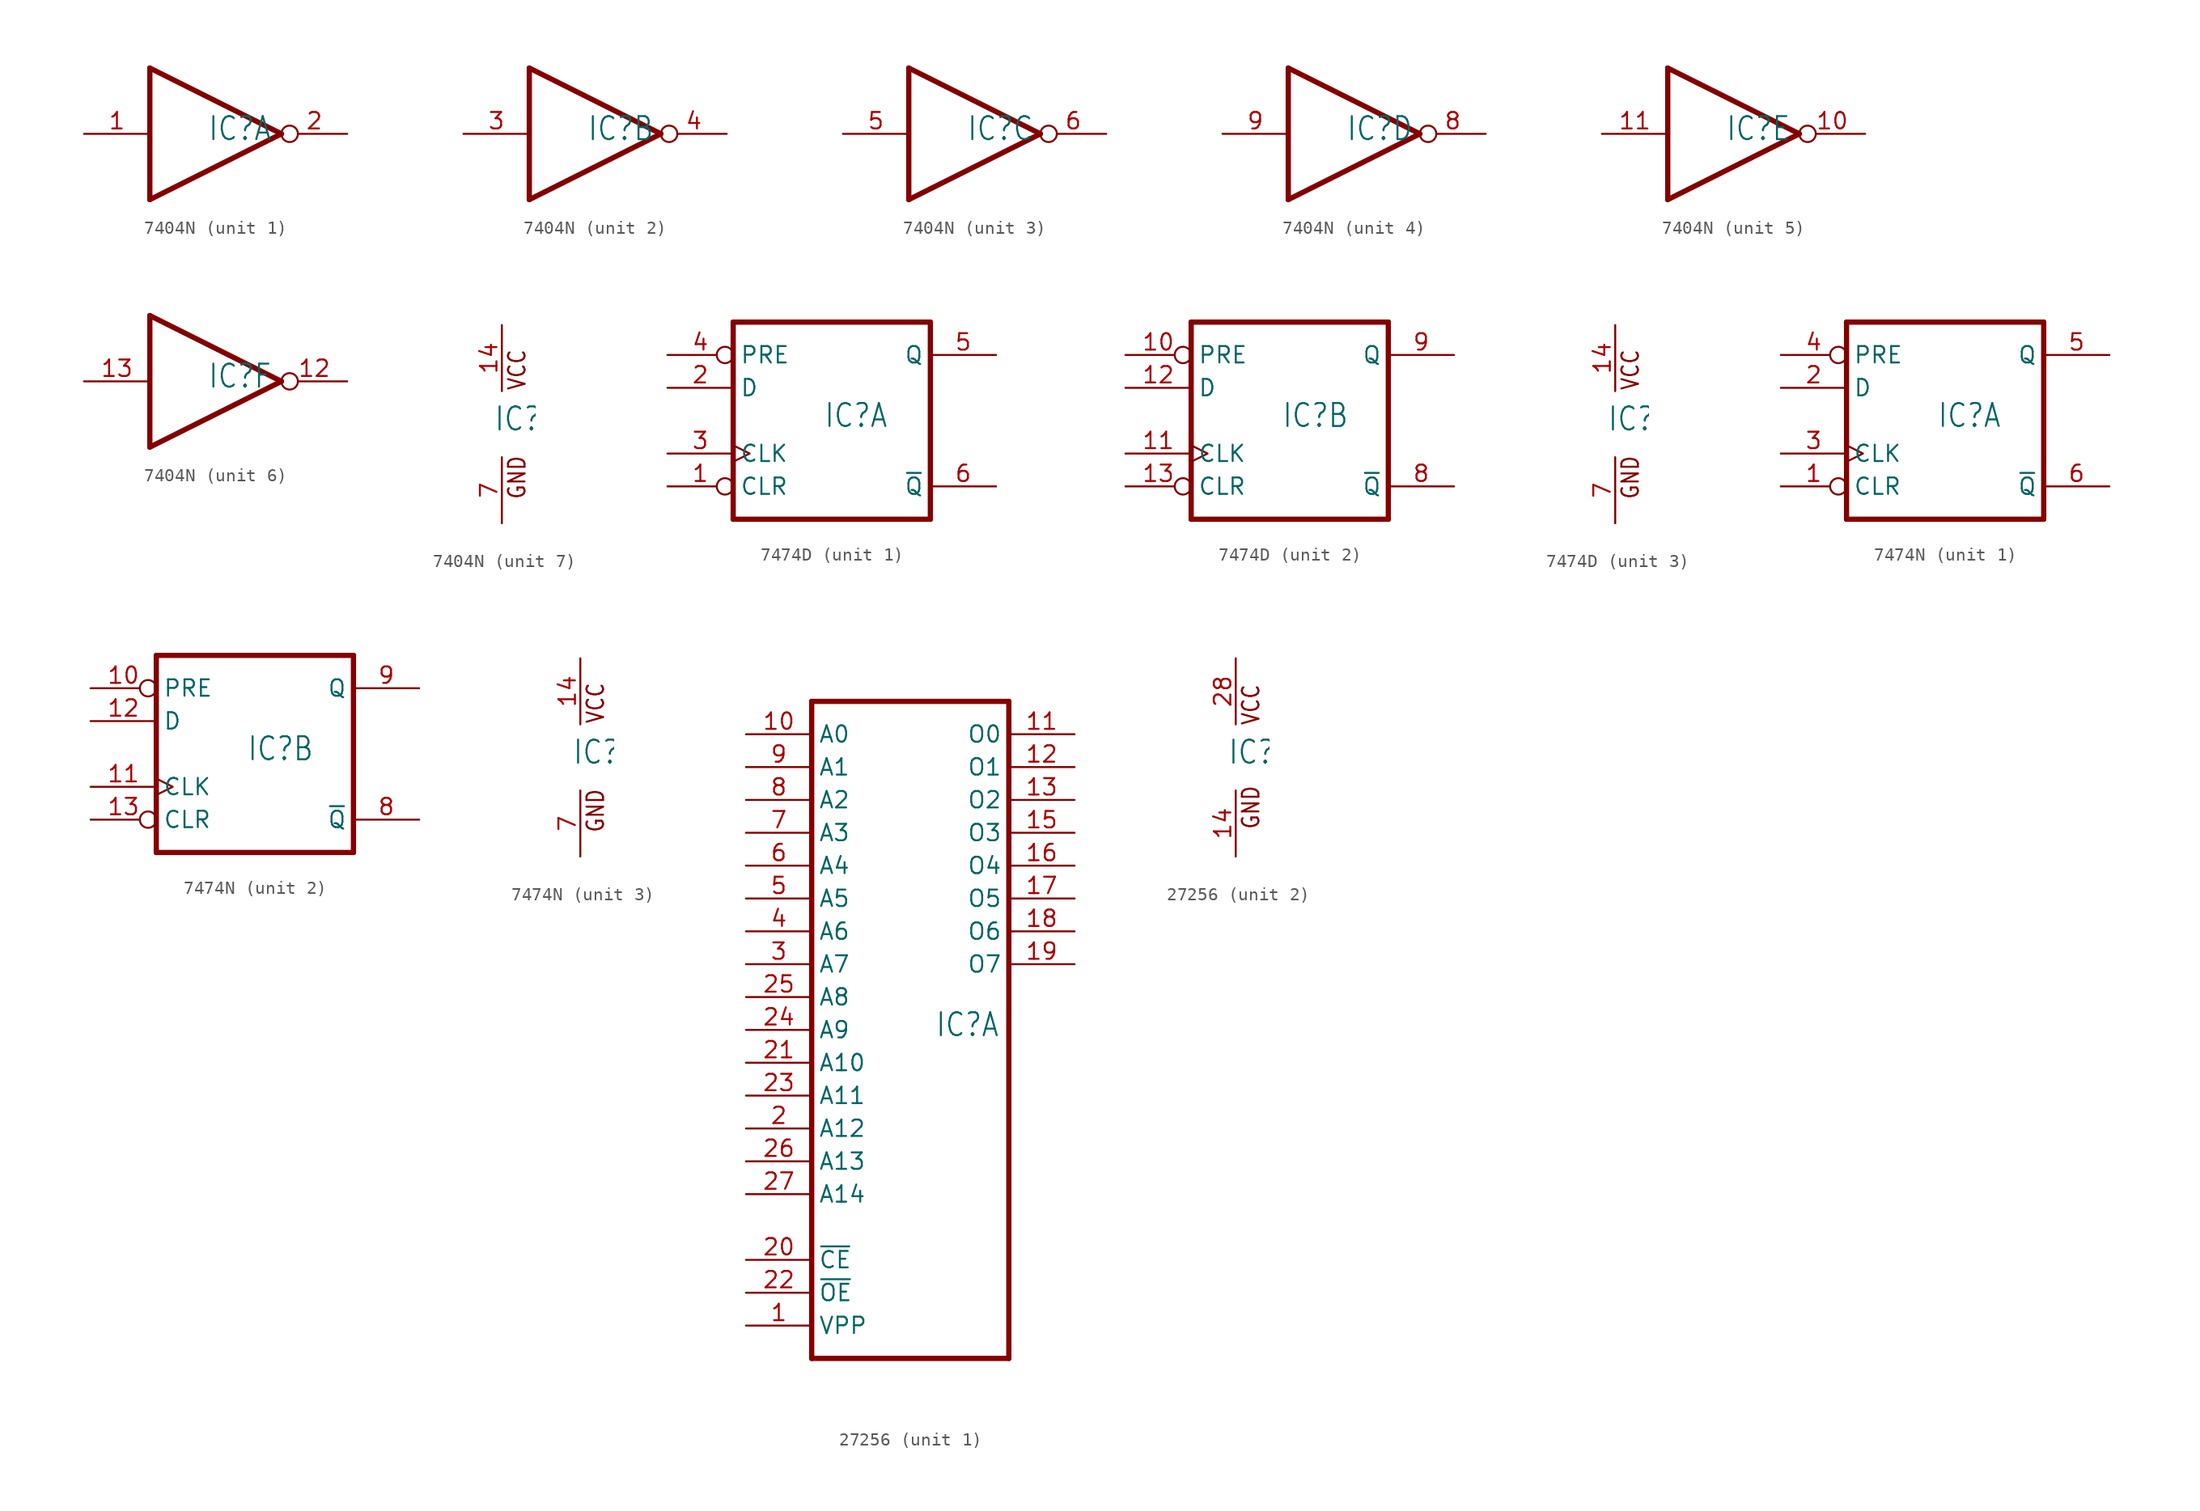
<source format=kicad_sym>
(kicad_symbol_lib
  (version 20220914)
  (generator kicad_symbol_editor)
  (symbol "7404N"
    (property "Reference" "IC"
      (at -0.635 -0.635 0)
      (effects (font (size 1.778 1.511)) (justify left bottom)))
    (property "ki_locked" ""
      (at 0 0 0)
      (effects (font (size 1.27 1.27))))
    (symbol "7404N_1_0"
      (polyline (pts (xy -5.08 -5.08) (xy -5.08 5.08)) (stroke (width 0.406) (type solid)) (fill (type none)))
      (polyline (pts (xy -5.08 5.08) (xy 5.08 0)) (stroke (width 0.406) (type solid)) (fill (type none)))
      (polyline (pts (xy 5.08 0) (xy -5.08 -5.08)) (stroke (width 0.406) (type solid)) (fill (type none)))
      (pin input line (at -10.16 0 0) (length 5.08) (name "I" (effects (font (size 0 0)))) (number "1" (effects (font (size 1.27 1.27)))))
      (pin output inverted (at 10.16 0 180) (length 5.08) (name "O" (effects (font (size 0 0)))) (number "2" (effects (font (size 1.27 1.27))))))
    (symbol "7404N_2_0"
      (polyline (pts (xy -5.08 -5.08) (xy -5.08 5.08)) (stroke (width 0.406) (type solid)) (fill (type none)))
      (polyline (pts (xy -5.08 5.08) (xy 5.08 0)) (stroke (width 0.406) (type solid)) (fill (type none)))
      (polyline (pts (xy 5.08 0) (xy -5.08 -5.08)) (stroke (width 0.406) (type solid)) (fill (type none)))
      (pin input line (at -10.16 0 0) (length 5.08) (name "I" (effects (font (size 0 0)))) (number "3" (effects (font (size 1.27 1.27)))))
      (pin output inverted (at 10.16 0 180) (length 5.08) (name "O" (effects (font (size 0 0)))) (number "4" (effects (font (size 1.27 1.27))))))
    (symbol "7404N_3_0"
      (polyline (pts (xy -5.08 -5.08) (xy -5.08 5.08)) (stroke (width 0.406) (type solid)) (fill (type none)))
      (polyline (pts (xy -5.08 5.08) (xy 5.08 0)) (stroke (width 0.406) (type solid)) (fill (type none)))
      (polyline (pts (xy 5.08 0) (xy -5.08 -5.08)) (stroke (width 0.406) (type solid)) (fill (type none)))
      (pin input line (at -10.16 0 0) (length 5.08) (name "I" (effects (font (size 0 0)))) (number "5" (effects (font (size 1.27 1.27)))))
      (pin output inverted (at 10.16 0 180) (length 5.08) (name "O" (effects (font (size 0 0)))) (number "6" (effects (font (size 1.27 1.27))))))
    (symbol "7404N_4_0"
      (polyline (pts (xy -5.08 -5.08) (xy -5.08 5.08)) (stroke (width 0.406) (type solid)) (fill (type none)))
      (polyline (pts (xy -5.08 5.08) (xy 5.08 0)) (stroke (width 0.406) (type solid)) (fill (type none)))
      (polyline (pts (xy 5.08 0) (xy -5.08 -5.08)) (stroke (width 0.406) (type solid)) (fill (type none)))
      (pin output inverted (at 10.16 0 180) (length 5.08) (name "O" (effects (font (size 0 0)))) (number "8" (effects (font (size 1.27 1.27)))))
      (pin input line (at -10.16 0 0) (length 5.08) (name "I" (effects (font (size 0 0)))) (number "9" (effects (font (size 1.27 1.27))))))
    (symbol "7404N_5_0"
      (polyline (pts (xy -5.08 -5.08) (xy -5.08 5.08)) (stroke (width 0.406) (type solid)) (fill (type none)))
      (polyline (pts (xy -5.08 5.08) (xy 5.08 0)) (stroke (width 0.406) (type solid)) (fill (type none)))
      (polyline (pts (xy 5.08 0) (xy -5.08 -5.08)) (stroke (width 0.406) (type solid)) (fill (type none)))
      (pin output inverted (at 10.16 0 180) (length 5.08) (name "O" (effects (font (size 0 0)))) (number "10" (effects (font (size 1.27 1.27)))))
      (pin input line (at -10.16 0 0) (length 5.08) (name "I" (effects (font (size 0 0)))) (number "11" (effects (font (size 1.27 1.27))))))
    (symbol "7404N_6_0"
      (polyline (pts (xy -5.08 -5.08) (xy -5.08 5.08)) (stroke (width 0.406) (type solid)) (fill (type none)))
      (polyline (pts (xy -5.08 5.08) (xy 5.08 0)) (stroke (width 0.406) (type solid)) (fill (type none)))
      (polyline (pts (xy 5.08 0) (xy -5.08 -5.08)) (stroke (width 0.406) (type solid)) (fill (type none)))
      (pin output inverted (at 10.16 0 180) (length 5.08) (name "O" (effects (font (size 0 0)))) (number "12" (effects (font (size 1.27 1.27)))))
      (pin input line (at -10.16 0 0) (length 5.08) (name "I" (effects (font (size 0 0)))) (number "13" (effects (font (size 1.27 1.27))))))
    (symbol "7404N_7_0"
      (text "GND" (at 1.905 -5.842 900) (effects (font (size 1.27 1.079)) (justify left bottom)))
      (text "VCC" (at 1.905 2.54 900) (effects (font (size 1.27 1.079)) (justify left bottom)))
      (pin power_in line (at 0 7.62 270) (length 5.08) (name "VCC" (effects (font (size 0 0)))) (number "14" (effects (font (size 1.27 1.27)))))
      (pin power_in line (at 0 -7.62 90) (length 5.08) (name "GND" (effects (font (size 0 0)))) (number "7" (effects (font (size 1.27 1.27)))))))
  (symbol "7474D"
    (property "Reference" "IC"
      (at -0.635 -0.635 0)
      (effects (font (size 1.778 1.511)) (justify left bottom)))
    (property "ki_locked" ""
      (at 0 0 0)
      (effects (font (size 1.27 1.27))))
    (symbol "7474D_1_0"
      (polyline (pts (xy -7.62 -7.62) (xy 7.62 -7.62)) (stroke (width 0.406) (type solid)) (fill (type none)))
      (polyline (pts (xy -7.62 7.62) (xy -7.62 -7.62)) (stroke (width 0.406) (type solid)) (fill (type none)))
      (polyline (pts (xy 7.62 -7.62) (xy 7.62 7.62)) (stroke (width 0.406) (type solid)) (fill (type none)))
      (polyline (pts (xy 7.62 7.62) (xy -7.62 7.62)) (stroke (width 0.406) (type solid)) (fill (type none)))
      (pin input inverted (at -12.7 -5.08 0) (length 5.08) (name "CLR" (effects (font (size 1.27 1.27)))) (number "1" (effects (font (size 1.27 1.27)))))
      (pin input line (at -12.7 2.54 0) (length 5.08) (name "D" (effects (font (size 1.27 1.27)))) (number "2" (effects (font (size 1.27 1.27)))))
      (pin input clock (at -12.7 -2.54 0) (length 5.08) (name "CLK" (effects (font (size 1.27 1.27)))) (number "3" (effects (font (size 1.27 1.27)))))
      (pin input inverted (at -12.7 5.08 0) (length 5.08) (name "PRE" (effects (font (size 1.27 1.27)))) (number "4" (effects (font (size 1.27 1.27)))))
      (pin output line (at 12.7 5.08 180) (length 5.08) (name "Q" (effects (font (size 1.27 1.27)))) (number "5" (effects (font (size 1.27 1.27)))))
      (pin output line (at 12.7 -5.08 180) (length 5.08) (name "~{Q}" (effects (font (size 1.27 1.27)))) (number "6" (effects (font (size 1.27 1.27))))))
    (symbol "7474D_2_0"
      (polyline (pts (xy -7.62 -7.62) (xy 7.62 -7.62)) (stroke (width 0.406) (type solid)) (fill (type none)))
      (polyline (pts (xy -7.62 7.62) (xy -7.62 -7.62)) (stroke (width 0.406) (type solid)) (fill (type none)))
      (polyline (pts (xy 7.62 -7.62) (xy 7.62 7.62)) (stroke (width 0.406) (type solid)) (fill (type none)))
      (polyline (pts (xy 7.62 7.62) (xy -7.62 7.62)) (stroke (width 0.406) (type solid)) (fill (type none)))
      (pin input inverted (at -12.7 5.08 0) (length 5.08) (name "PRE" (effects (font (size 1.27 1.27)))) (number "10" (effects (font (size 1.27 1.27)))))
      (pin input clock (at -12.7 -2.54 0) (length 5.08) (name "CLK" (effects (font (size 1.27 1.27)))) (number "11" (effects (font (size 1.27 1.27)))))
      (pin input line (at -12.7 2.54 0) (length 5.08) (name "D" (effects (font (size 1.27 1.27)))) (number "12" (effects (font (size 1.27 1.27)))))
      (pin input inverted (at -12.7 -5.08 0) (length 5.08) (name "CLR" (effects (font (size 1.27 1.27)))) (number "13" (effects (font (size 1.27 1.27)))))
      (pin output line (at 12.7 -5.08 180) (length 5.08) (name "~{Q}" (effects (font (size 1.27 1.27)))) (number "8" (effects (font (size 1.27 1.27)))))
      (pin output line (at 12.7 5.08 180) (length 5.08) (name "Q" (effects (font (size 1.27 1.27)))) (number "9" (effects (font (size 1.27 1.27))))))
    (symbol "7474D_3_0"
      (text "GND" (at 1.905 -5.842 900) (effects (font (size 1.27 1.079)) (justify left bottom)))
      (text "VCC" (at 1.905 2.54 900) (effects (font (size 1.27 1.079)) (justify left bottom)))
      (pin power_in line (at 0 7.62 270) (length 5.08) (name "VCC" (effects (font (size 0 0)))) (number "14" (effects (font (size 1.27 1.27)))))
      (pin power_in line (at 0 -7.62 90) (length 5.08) (name "GND" (effects (font (size 0 0)))) (number "7" (effects (font (size 1.27 1.27)))))))
  (symbol "7474N"
    (property "Reference" "IC"
      (at -0.635 -0.635 0)
      (effects (font (size 1.778 1.511)) (justify left bottom)))
    (property "ki_locked" ""
      (at 0 0 0)
      (effects (font (size 1.27 1.27))))
    (symbol "7474N_1_0"
      (polyline (pts (xy -7.62 -7.62) (xy 7.62 -7.62)) (stroke (width 0.406) (type solid)) (fill (type none)))
      (polyline (pts (xy -7.62 7.62) (xy -7.62 -7.62)) (stroke (width 0.406) (type solid)) (fill (type none)))
      (polyline (pts (xy 7.62 -7.62) (xy 7.62 7.62)) (stroke (width 0.406) (type solid)) (fill (type none)))
      (polyline (pts (xy 7.62 7.62) (xy -7.62 7.62)) (stroke (width 0.406) (type solid)) (fill (type none)))
      (pin input inverted (at -12.7 -5.08 0) (length 5.08) (name "CLR" (effects (font (size 1.27 1.27)))) (number "1" (effects (font (size 1.27 1.27)))))
      (pin input line (at -12.7 2.54 0) (length 5.08) (name "D" (effects (font (size 1.27 1.27)))) (number "2" (effects (font (size 1.27 1.27)))))
      (pin input clock (at -12.7 -2.54 0) (length 5.08) (name "CLK" (effects (font (size 1.27 1.27)))) (number "3" (effects (font (size 1.27 1.27)))))
      (pin input inverted (at -12.7 5.08 0) (length 5.08) (name "PRE" (effects (font (size 1.27 1.27)))) (number "4" (effects (font (size 1.27 1.27)))))
      (pin output line (at 12.7 5.08 180) (length 5.08) (name "Q" (effects (font (size 1.27 1.27)))) (number "5" (effects (font (size 1.27 1.27)))))
      (pin output line (at 12.7 -5.08 180) (length 5.08) (name "~{Q}" (effects (font (size 1.27 1.27)))) (number "6" (effects (font (size 1.27 1.27))))))
    (symbol "7474N_2_0"
      (polyline (pts (xy -7.62 -7.62) (xy 7.62 -7.62)) (stroke (width 0.406) (type solid)) (fill (type none)))
      (polyline (pts (xy -7.62 7.62) (xy -7.62 -7.62)) (stroke (width 0.406) (type solid)) (fill (type none)))
      (polyline (pts (xy 7.62 -7.62) (xy 7.62 7.62)) (stroke (width 0.406) (type solid)) (fill (type none)))
      (polyline (pts (xy 7.62 7.62) (xy -7.62 7.62)) (stroke (width 0.406) (type solid)) (fill (type none)))
      (pin input inverted (at -12.7 5.08 0) (length 5.08) (name "PRE" (effects (font (size 1.27 1.27)))) (number "10" (effects (font (size 1.27 1.27)))))
      (pin input clock (at -12.7 -2.54 0) (length 5.08) (name "CLK" (effects (font (size 1.27 1.27)))) (number "11" (effects (font (size 1.27 1.27)))))
      (pin input line (at -12.7 2.54 0) (length 5.08) (name "D" (effects (font (size 1.27 1.27)))) (number "12" (effects (font (size 1.27 1.27)))))
      (pin input inverted (at -12.7 -5.08 0) (length 5.08) (name "CLR" (effects (font (size 1.27 1.27)))) (number "13" (effects (font (size 1.27 1.27)))))
      (pin output line (at 12.7 -5.08 180) (length 5.08) (name "~{Q}" (effects (font (size 1.27 1.27)))) (number "8" (effects (font (size 1.27 1.27)))))
      (pin output line (at 12.7 5.08 180) (length 5.08) (name "Q" (effects (font (size 1.27 1.27)))) (number "9" (effects (font (size 1.27 1.27))))))
    (symbol "7474N_3_0"
      (text "GND" (at 1.905 -5.842 900) (effects (font (size 1.27 1.079)) (justify left bottom)))
      (text "VCC" (at 1.905 2.54 900) (effects (font (size 1.27 1.079)) (justify left bottom)))
      (pin power_in line (at 0 7.62 270) (length 5.08) (name "VCC" (effects (font (size 0 0)))) (number "14" (effects (font (size 1.27 1.27)))))
      (pin power_in line (at 0 -7.62 90) (length 5.08) (name "GND" (effects (font (size 0 0)))) (number "7" (effects (font (size 1.27 1.27)))))))
  (symbol "27256"
    (property "Reference" "IC"
      (at -0.635 -0.635 0)
      (effects (font (size 1.778 1.511)) (justify left bottom)))
    (property "ki_locked" ""
      (at 0 0 0)
      (effects (font (size 1.27 1.27))))
    (symbol "27256_1_0"
      (polyline (pts (xy -10.16 -25.4) (xy 5.08 -25.4)) (stroke (width 0.406) (type solid)) (fill (type none)))
      (polyline (pts (xy -10.16 25.4) (xy -10.16 -25.4)) (stroke (width 0.406) (type solid)) (fill (type none)))
      (polyline (pts (xy 5.08 -25.4) (xy 5.08 25.4)) (stroke (width 0.406) (type solid)) (fill (type none)))
      (polyline (pts (xy 5.08 25.4) (xy -10.16 25.4)) (stroke (width 0.406) (type solid)) (fill (type none)))
      (pin input line (at -15.24 -22.86 0) (length 5.08) (name "VPP" (effects (font (size 1.27 1.27)))) (number "1" (effects (font (size 1.27 1.27)))))
      (pin input line (at -15.24 22.86 0) (length 5.08) (name "A0" (effects (font (size 1.27 1.27)))) (number "10" (effects (font (size 1.27 1.27)))))
      (pin tri_state line (at 10.16 22.86 180) (length 5.08) (name "O0" (effects (font (size 1.27 1.27)))) (number "11" (effects (font (size 1.27 1.27)))))
      (pin tri_state line (at 10.16 20.32 180) (length 5.08) (name "O1" (effects (font (size 1.27 1.27)))) (number "12" (effects (font (size 1.27 1.27)))))
      (pin tri_state line (at 10.16 17.78 180) (length 5.08) (name "O2" (effects (font (size 1.27 1.27)))) (number "13" (effects (font (size 1.27 1.27)))))
      (pin tri_state line (at 10.16 15.24 180) (length 5.08) (name "O3" (effects (font (size 1.27 1.27)))) (number "15" (effects (font (size 1.27 1.27)))))
      (pin tri_state line (at 10.16 12.7 180) (length 5.08) (name "O4" (effects (font (size 1.27 1.27)))) (number "16" (effects (font (size 1.27 1.27)))))
      (pin tri_state line (at 10.16 10.16 180) (length 5.08) (name "O5" (effects (font (size 1.27 1.27)))) (number "17" (effects (font (size 1.27 1.27)))))
      (pin tri_state line (at 10.16 7.62 180) (length 5.08) (name "O6" (effects (font (size 1.27 1.27)))) (number "18" (effects (font (size 1.27 1.27)))))
      (pin tri_state line (at 10.16 5.08 180) (length 5.08) (name "O7" (effects (font (size 1.27 1.27)))) (number "19" (effects (font (size 1.27 1.27)))))
      (pin input line (at -15.24 -7.62 0) (length 5.08) (name "A12" (effects (font (size 1.27 1.27)))) (number "2" (effects (font (size 1.27 1.27)))))
      (pin input line (at -15.24 -17.78 0) (length 5.08) (name "~{CE}" (effects (font (size 1.27 1.27)))) (number "20" (effects (font (size 1.27 1.27)))))
      (pin input line (at -15.24 -2.54 0) (length 5.08) (name "A10" (effects (font (size 1.27 1.27)))) (number "21" (effects (font (size 1.27 1.27)))))
      (pin input line (at -15.24 -20.32 0) (length 5.08) (name "~{OE}" (effects (font (size 1.27 1.27)))) (number "22" (effects (font (size 1.27 1.27)))))
      (pin input line (at -15.24 -5.08 0) (length 5.08) (name "A11" (effects (font (size 1.27 1.27)))) (number "23" (effects (font (size 1.27 1.27)))))
      (pin input line (at -15.24 0 0) (length 5.08) (name "A9" (effects (font (size 1.27 1.27)))) (number "24" (effects (font (size 1.27 1.27)))))
      (pin input line (at -15.24 2.54 0) (length 5.08) (name "A8" (effects (font (size 1.27 1.27)))) (number "25" (effects (font (size 1.27 1.27)))))
      (pin input line (at -15.24 -10.16 0) (length 5.08) (name "A13" (effects (font (size 1.27 1.27)))) (number "26" (effects (font (size 1.27 1.27)))))
      (pin input line (at -15.24 -12.7 0) (length 5.08) (name "A14" (effects (font (size 1.27 1.27)))) (number "27" (effects (font (size 1.27 1.27)))))
      (pin input line (at -15.24 5.08 0) (length 5.08) (name "A7" (effects (font (size 1.27 1.27)))) (number "3" (effects (font (size 1.27 1.27)))))
      (pin input line (at -15.24 7.62 0) (length 5.08) (name "A6" (effects (font (size 1.27 1.27)))) (number "4" (effects (font (size 1.27 1.27)))))
      (pin input line (at -15.24 10.16 0) (length 5.08) (name "A5" (effects (font (size 1.27 1.27)))) (number "5" (effects (font (size 1.27 1.27)))))
      (pin input line (at -15.24 12.7 0) (length 5.08) (name "A4" (effects (font (size 1.27 1.27)))) (number "6" (effects (font (size 1.27 1.27)))))
      (pin input line (at -15.24 15.24 0) (length 5.08) (name "A3" (effects (font (size 1.27 1.27)))) (number "7" (effects (font (size 1.27 1.27)))))
      (pin input line (at -15.24 17.78 0) (length 5.08) (name "A2" (effects (font (size 1.27 1.27)))) (number "8" (effects (font (size 1.27 1.27)))))
      (pin input line (at -15.24 20.32 0) (length 5.08) (name "A1" (effects (font (size 1.27 1.27)))) (number "9" (effects (font (size 1.27 1.27))))))
    (symbol "27256_2_0"
      (text "GND" (at 1.905 -5.588 900) (effects (font (size 1.27 1.079)) (justify left bottom)))
      (text "VCC" (at 1.905 2.413 900) (effects (font (size 1.27 1.079)) (justify left bottom)))
      (pin power_in line (at 0 -7.62 90) (length 5.08) (name "GND" (effects (font (size 0 0)))) (number "14" (effects (font (size 1.27 1.27)))))
      (pin power_in line (at 0 7.62 270) (length 5.08) (name "VCC" (effects (font (size 0 0)))) (number "28" (effects (font (size 1.27 1.27))))))))
</source>
